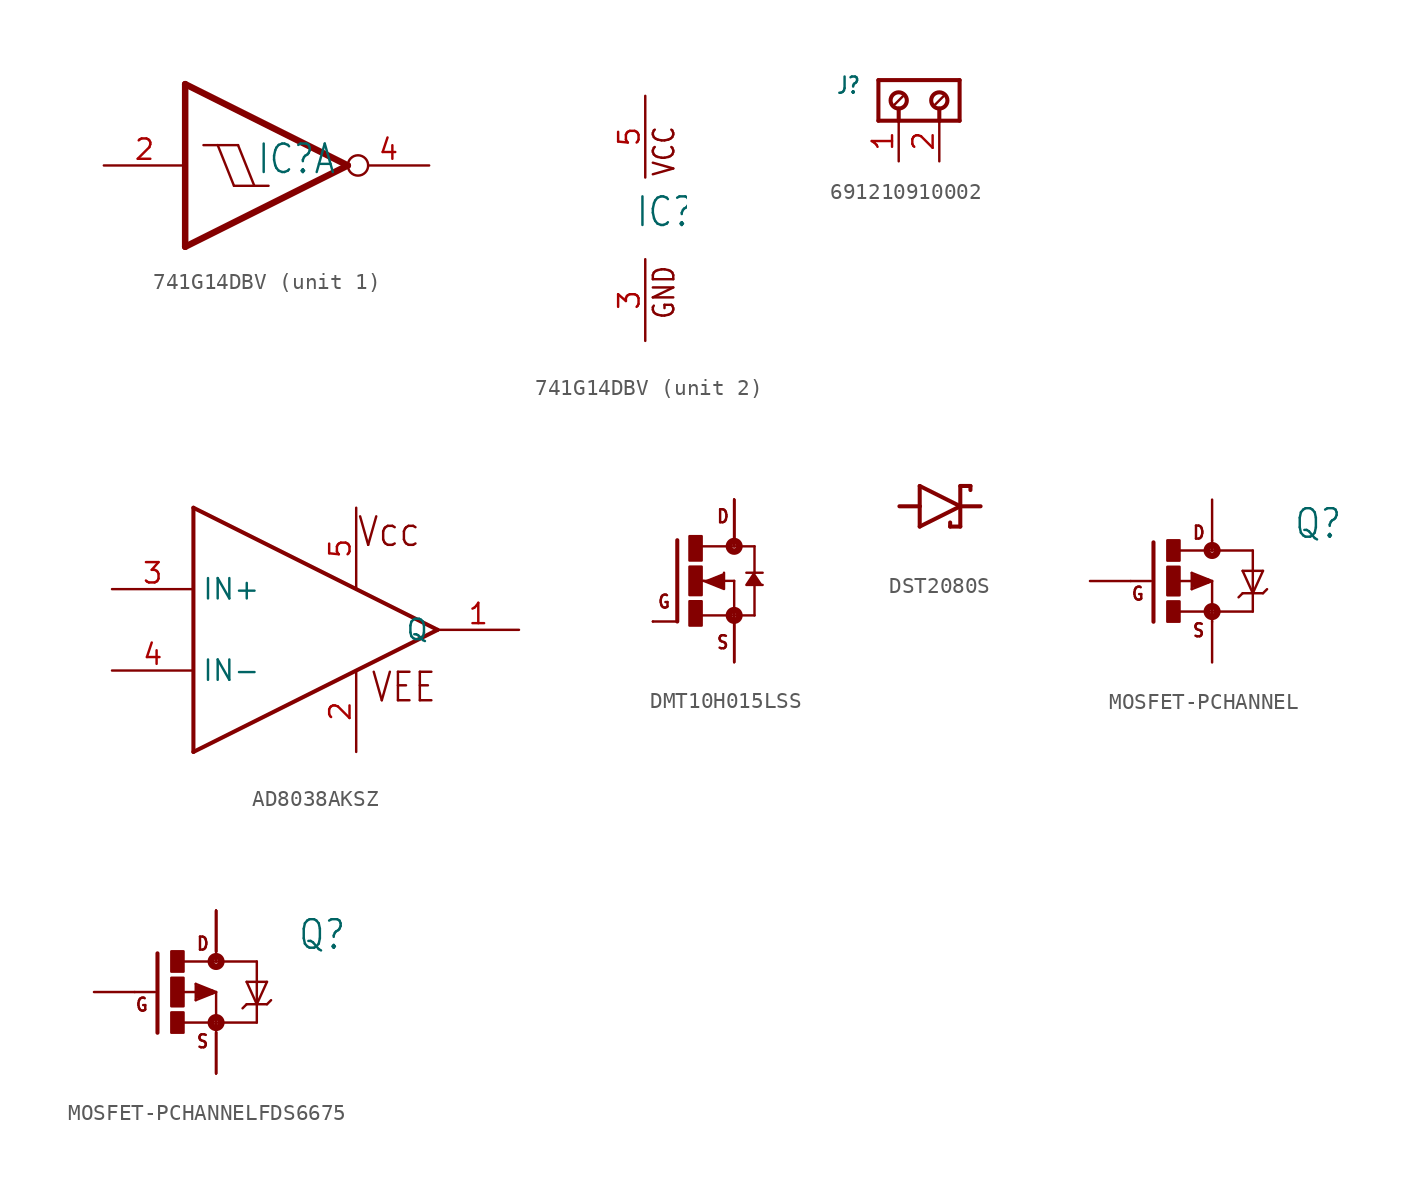
<source format=kicad_sym>
(kicad_symbol_lib
  (version 20231120)
  (generator "kicad_symbol_editor")
  (generator_version "8.0")
  (symbol "741G14DBV"
    (property "Reference" "IC"
      (at -0.635 -0.635 0)
      (effects (font (size 1.778 1.511)) (justify left bottom)))
    (property "ki_locked" ""
      (at 0 0 0)
      (effects (font (size 1.27 1.27))))
    (symbol "741G14DBV_1_0"
      (polyline (pts (xy -5.08 -5.08) (xy -5.08 5.08)) (stroke (width 0.406) (type solid)) (fill (type none)))
      (polyline (pts (xy -5.08 5.08) (xy 5.08 0)) (stroke (width 0.406) (type solid)) (fill (type none)))
      (polyline (pts (xy -3.937 1.27) (xy -3.048 1.27)) (stroke (width 0.152) (type solid)) (fill (type none)))
      (polyline (pts (xy -3.048 1.27) (xy -1.778 1.27)) (stroke (width 0.152) (type solid)) (fill (type none)))
      (polyline (pts (xy -2.032 -1.27) (xy -3.048 1.27)) (stroke (width 0.152) (type solid)) (fill (type none)))
      (polyline (pts (xy -2.032 -1.27) (xy -0.762 -1.27)) (stroke (width 0.152) (type solid)) (fill (type none)))
      (polyline (pts (xy -0.762 -1.27) (xy -1.778 1.27)) (stroke (width 0.152) (type solid)) (fill (type none)))
      (polyline (pts (xy -0.762 -1.27) (xy 0.127 -1.27)) (stroke (width 0.152) (type solid)) (fill (type none)))
      (polyline (pts (xy 5.08 0) (xy -5.08 -5.08)) (stroke (width 0.406) (type solid)) (fill (type none)))
      (pin input line (at -10.16 0 0) (length 5.08) (name "I" (effects (font (size 0 0)))) (number "2" (effects (font (size 1.27 1.27)))))
      (pin output inverted (at 10.16 0 180) (length 5.08) (name "O" (effects (font (size 0 0)))) (number "4" (effects (font (size 1.27 1.27))))))
    (symbol "741G14DBV_2_0"
      (text "GND" (at 1.905 -6.35 900) (effects (font (size 1.27 1.079)) (justify left bottom)))
      (text "VCC" (at 1.905 2.54 900) (effects (font (size 1.27 1.079)) (justify left bottom)))
      (pin power_in line (at 0 -7.62 90) (length 5.08) (name "GND" (effects (font (size 0 0)))) (number "3" (effects (font (size 1.27 1.27)))))
      (pin power_in line (at 0 7.62 270) (length 5.08) (name "VCC" (effects (font (size 0 0)))) (number "5" (effects (font (size 1.27 1.27)))))))
  (symbol "691210910002"
    (property "Reference" "J"
      (at -4.88 -0.922 0)
      (effects (font (size 1.016 0.864)) (justify right bottom)))
    (property "Value" ""
      (at -4.83 -2.58 0)
      (effects (font (size 1.016 0.864)) (justify right bottom)))
    (property "ki_locked" ""
      (at 0 0 0)
      (effects (font (size 1.27 1.27))))
    (symbol "691210910002_1_0"
      (circle (center -2.54 -1.27) (radius 0.508) (stroke (width 0.254) (type solid)) (fill (type none)))
      (circle (center 0 -1.27) (radius 0.508) (stroke (width 0.254) (type solid)) (fill (type none)))
      (polyline (pts (xy -3.81 -2.54) (xy -3.81 0)) (stroke (width 0.254) (type solid)) (fill (type none)))
      (polyline (pts (xy -3.81 0) (xy 1.27 0)) (stroke (width 0.254) (type solid)) (fill (type none)))
      (polyline (pts (xy -2.54 -2.54) (xy -3.81 -2.54)) (stroke (width 0.254) (type solid)) (fill (type none)))
      (polyline (pts (xy -2.54 -1.778) (xy -2.54 -2.54)) (stroke (width 0.254) (type solid)) (fill (type none)))
      (polyline (pts (xy -2.286 -1.016) (xy -2.794 -1.524)) (stroke (width 0.152) (type solid)) (fill (type none)))
      (polyline (pts (xy 0 -2.54) (xy -2.54 -2.54)) (stroke (width 0.254) (type solid)) (fill (type none)))
      (polyline (pts (xy 0 -1.778) (xy 0 -2.54)) (stroke (width 0.254) (type solid)) (fill (type none)))
      (polyline (pts (xy 0.254 -1.016) (xy -0.254 -1.524)) (stroke (width 0.152) (type solid)) (fill (type none)))
      (polyline (pts (xy 1.27 -2.54) (xy 0 -2.54)) (stroke (width 0.254) (type solid)) (fill (type none)))
      (polyline (pts (xy 1.27 0) (xy 1.27 -2.54)) (stroke (width 0.254) (type solid)) (fill (type none)))
      (pin passive line (at -2.54 -5.08 90) (length 2.54) (name "1" (effects (font (size 0 0)))) (number "1" (effects (font (size 1.27 1.27)))))
      (pin passive line (at 0 -5.08 90) (length 2.54) (name "2" (effects (font (size 0 0)))) (number "2" (effects (font (size 1.27 1.27)))))))
  (symbol "AD8038AKSZ"
    (property "Reference" ""
      (at -7.62 10.16 0)
      (effects (font (size 1.778 1.511)) (justify left bottom) (hide yes)))
    (property "ki_locked" ""
      (at 0 0 0)
      (effects (font (size 1.27 1.27))))
    (symbol "AD8038AKSZ_1_0"
      (polyline (pts (xy -7.62 -7.62) (xy 7.62 0)) (stroke (width 0.254) (type solid)) (fill (type none)))
      (polyline (pts (xy -7.62 7.62) (xy -7.62 -7.62)) (stroke (width 0.254) (type solid)) (fill (type none)))
      (polyline (pts (xy 7.62 0) (xy -7.62 7.62)) (stroke (width 0.254) (type solid)) (fill (type none)))
      (text "Vcc" (at 2.54 5.08 0) (effects (font (size 1.778 1.511)) (justify left bottom)))
      (text "VEE" (at 7.62 -2.54 0) (effects (font (size 1.778 1.511)) (justify right top)))
      (pin bidirectional line (at 12.7 0 180) (length 5.08) (name "Q" (effects (font (size 1.27 1.27)))) (number "1" (effects (font (size 1.27 1.27)))))
      (pin bidirectional line (at 2.54 -7.62 90) (length 5.08) (name "VEE" (effects (font (size 0 0)))) (number "2" (effects (font (size 1.27 1.27)))))
      (pin bidirectional line (at -12.7 2.54 0) (length 5.08) (name "IN+" (effects (font (size 1.27 1.27)))) (number "3" (effects (font (size 1.27 1.27)))))
      (pin bidirectional line (at -12.7 -2.54 0) (length 5.08) (name "IN-" (effects (font (size 1.27 1.27)))) (number "4" (effects (font (size 1.27 1.27)))))
      (pin bidirectional line (at 2.54 7.62 270) (length 5.08) (name "VCC" (effects (font (size 0 0)))) (number "5" (effects (font (size 1.27 1.27)))))))
  (symbol "DMT10H015LSS"
    (property "Reference" ""
      (at 6.35 2.54 0)
      (effects (font (size 1.778 1.511)) (justify left bottom) (hide yes)))
    (property "Value" ""
      (at 6.35 0 0)
      (effects (font (size 1.778 1.511)) (justify left bottom)))
    (property "ki_locked" ""
      (at 0 0 0)
      (effects (font (size 1.27 1.27))))
    (symbol "DMT10H015LSS_1_0"
      (rectangle (start -0.254 -2.794) (end 0.508 -1.27) (stroke (width 0) (type default)) (fill (type outline)))
      (rectangle (start -0.254 -0.889) (end 0.508 0.889) (stroke (width 0) (type default)) (fill (type outline)))
      (rectangle (start -0.254 1.27) (end 0.508 2.794) (stroke (width 0) (type default)) (fill (type outline)))
      (polyline (pts (xy -1.016 -2.54) (xy -2.54 -2.54)) (stroke (width 0.152) (type solid)) (fill (type none)))
      (polyline (pts (xy -1.016 2.54) (xy -1.016 -2.54)) (stroke (width 0.254) (type solid)) (fill (type none)))
      (polyline (pts (xy 0.381 0) (xy 2.54 0)) (stroke (width 0.152) (type solid)) (fill (type none)))
      (polyline (pts (xy 0.508 -2.159) (xy 2.54 -2.159)) (stroke (width 0.152) (type solid)) (fill (type none)))
      (polyline (pts (xy 2.54 -2.159) (xy 2.54 -2.54)) (stroke (width 0.152) (type solid)) (fill (type none)))
      (polyline (pts (xy 2.54 0) (xy 2.54 -2.159)) (stroke (width 0.152) (type solid)) (fill (type none)))
      (polyline (pts (xy 2.54 2.159) (xy 0.533 2.159)) (stroke (width 0.152) (type solid)) (fill (type none)))
      (polyline (pts (xy 2.54 2.54) (xy 2.54 2.159)) (stroke (width 0.152) (type solid)) (fill (type none)))
      (polyline (pts (xy 3.302 0.508) (xy 3.81 0.508)) (stroke (width 0.152) (type solid)) (fill (type none)))
      (polyline (pts (xy 3.81 -2.159) (xy 2.54 -2.159)) (stroke (width 0.152) (type solid)) (fill (type none)))
      (polyline (pts (xy 3.81 -2.159) (xy 3.81 -0.127)) (stroke (width 0.152) (type solid)) (fill (type none)))
      (polyline (pts (xy 3.81 0.508) (xy 3.81 2.159)) (stroke (width 0.152) (type solid)) (fill (type none)))
      (polyline (pts (xy 3.81 0.508) (xy 4.318 0.508)) (stroke (width 0.152) (type solid)) (fill (type none)))
      (polyline (pts (xy 3.81 2.159) (xy 2.54 2.159)) (stroke (width 0.152) (type solid)) (fill (type none)))
      (polyline (pts (xy 0.635 0) (xy 1.905 -0.508) (xy 1.905 0.508)) (stroke (width 0.152) (type solid)) (fill (type outline)))
      (polyline (pts (xy 3.81 0.508) (xy 3.302 -0.254) (xy 4.318 -0.254)) (stroke (width 0.152) (type solid)) (fill (type outline)))
      (circle (center 2.54 -2.159) (radius 0.127) (stroke (width 0.406) (type solid)) (fill (type none)))
      (circle (center 2.54 2.159) (radius 0.127) (stroke (width 0.406) (type solid)) (fill (type none)))
      (text "D" (at 1.397 3.556 0) (effects (font (size 0.813 0.691)) (justify left bottom)))
      (text "G" (at -2.286 -1.778 0) (effects (font (size 0.813 0.691)) (justify left bottom)))
      (text "S" (at 1.397 -4.318 0) (effects (font (size 0.813 0.691)) (justify left bottom)))
      (pin passive line (at 2.54 -5.08 90) (length 2.54) (name "S" (effects (font (size 0 0)))) (number "1" (effects (font (size 0 0)))))
      (pin passive line (at 2.54 -5.08 90) (length 2.54) (name "S" (effects (font (size 0 0)))) (number "2" (effects (font (size 0 0)))))
      (pin passive line (at 2.54 -5.08 90) (length 2.54) (name "S" (effects (font (size 0 0)))) (number "3" (effects (font (size 0 0)))))
      (pin passive line (at -2.54 -2.54 0) (length 0) (name "G" (effects (font (size 0 0)))) (number "4" (effects (font (size 0 0)))))
      (pin passive line (at 2.54 5.08 270) (length 2.54) (name "D" (effects (font (size 0 0)))) (number "5" (effects (font (size 0 0)))))
      (pin passive line (at 2.54 5.08 270) (length 2.54) (name "D" (effects (font (size 0 0)))) (number "6" (effects (font (size 0 0)))))
      (pin passive line (at 2.54 5.08 270) (length 2.54) (name "D" (effects (font (size 0 0)))) (number "7" (effects (font (size 0 0)))))
      (pin passive line (at 2.54 5.08 270) (length 2.54) (name "D" (effects (font (size 0 0)))) (number "8" (effects (font (size 0 0)))))))
  (symbol "DST2080S"
    (property "Reference" ""
      (at -2.286 1.905 0)
      (effects (font (size 1.778 1.511)) (justify left bottom) (hide yes)))
    (property "Value" ""
      (at -2.286 -3.429 0)
      (effects (font (size 1.778 1.511)) (justify left bottom)))
    (property "ki_locked" ""
      (at 0 0 0)
      (effects (font (size 1.27 1.27))))
    (symbol "DST2080S_1_0"
      (polyline (pts (xy -1.27 -1.27) (xy 1.27 0)) (stroke (width 0.254) (type solid)) (fill (type none)))
      (polyline (pts (xy -1.27 0) (xy -2.54 0)) (stroke (width 0.254) (type solid)) (fill (type none)))
      (polyline (pts (xy -1.27 0) (xy -1.27 -1.27)) (stroke (width 0.254) (type solid)) (fill (type none)))
      (polyline (pts (xy -1.27 1.27) (xy -1.27 0)) (stroke (width 0.254) (type solid)) (fill (type none)))
      (polyline (pts (xy 0.635 -1.016) (xy 0.635 -1.27)) (stroke (width 0.254) (type solid)) (fill (type none)))
      (polyline (pts (xy 1.27 -1.27) (xy 0.635 -1.27)) (stroke (width 0.254) (type solid)) (fill (type none)))
      (polyline (pts (xy 1.27 0) (xy -1.27 1.27)) (stroke (width 0.254) (type solid)) (fill (type none)))
      (polyline (pts (xy 1.27 0) (xy 1.27 -1.27)) (stroke (width 0.254) (type solid)) (fill (type none)))
      (polyline (pts (xy 1.27 0) (xy 2.54 0)) (stroke (width 0.254) (type solid)) (fill (type none)))
      (polyline (pts (xy 1.27 1.27) (xy 1.27 0)) (stroke (width 0.254) (type solid)) (fill (type none)))
      (polyline (pts (xy 1.905 1.27) (xy 1.27 1.27)) (stroke (width 0.254) (type solid)) (fill (type none)))
      (polyline (pts (xy 1.905 1.27) (xy 1.905 1.016)) (stroke (width 0.254) (type solid)) (fill (type none)))
      (pin passive line (at 2.54 0 180) (length 0) (name "C" (effects (font (size 0 0)))) (number "P$1" (effects (font (size 0 0)))))
      (pin passive line (at -2.54 0 0) (length 0) (name "A" (effects (font (size 0 0)))) (number "P$2" (effects (font (size 0 0)))))
      (pin passive line (at -2.54 0 0) (length 0) (name "A" (effects (font (size 0 0)))) (number "P$3" (effects (font (size 0 0)))))))
  (symbol "MOSFET-PCHANNEL"
    (property "Reference" "Q"
      (at 5.08 2.54 0)
      (effects (font (size 1.778 1.511)) (justify left bottom)))
    (property "Value" ""
      (at 5.08 0 0)
      (effects (font (size 1.778 1.511)) (justify left bottom)))
    (property "ki_locked" ""
      (at 0 0 0)
      (effects (font (size 1.27 1.27))))
    (symbol "MOSFET-PCHANNEL_1_0"
      (rectangle (start -2.794 -2.54) (end -2.032 -1.27) (stroke (width 0) (type default)) (fill (type outline)))
      (rectangle (start -2.794 -0.889) (end -2.032 0.889) (stroke (width 0) (type default)) (fill (type outline)))
      (rectangle (start -2.794 1.27) (end -2.032 2.54) (stroke (width 0) (type default)) (fill (type outline)))
      (circle (center 0 -1.905) (radius 0.127) (stroke (width 0.406) (type solid)) (fill (type none)))
      (polyline (pts (xy -3.81 0) (xy -5.08 0)) (stroke (width 0.152) (type solid)) (fill (type none)))
      (polyline (pts (xy -3.658 2.413) (xy -3.658 -2.54)) (stroke (width 0.254) (type solid)) (fill (type none)))
      (polyline (pts (xy -2.032 -1.905) (xy 0 -1.905)) (stroke (width 0.152) (type solid)) (fill (type none)))
      (polyline (pts (xy -1.27 -0.508) (xy 0 0)) (stroke (width 0.152) (type solid)) (fill (type none)))
      (polyline (pts (xy -1.27 0.508) (xy -1.27 -0.508)) (stroke (width 0.152) (type solid)) (fill (type none)))
      (polyline (pts (xy -1.143 -0.254) (xy -0.254 0)) (stroke (width 0.305) (type solid)) (fill (type none)))
      (polyline (pts (xy -1.143 0) (xy -2.032 0)) (stroke (width 0.152) (type solid)) (fill (type none)))
      (polyline (pts (xy -1.143 0) (xy -0.889 0)) (stroke (width 0.305) (type solid)) (fill (type none)))
      (polyline (pts (xy -1.143 0.254) (xy -1.143 0)) (stroke (width 0.305) (type solid)) (fill (type none)))
      (polyline (pts (xy -0.254 0) (xy -1.143 0.254)) (stroke (width 0.305) (type solid)) (fill (type none)))
      (polyline (pts (xy 0 -1.905) (xy 0 -2.54)) (stroke (width 0.152) (type solid)) (fill (type none)))
      (polyline (pts (xy 0 0) (xy -1.27 0.508)) (stroke (width 0.152) (type solid)) (fill (type none)))
      (polyline (pts (xy 0 0) (xy 0 -1.905)) (stroke (width 0.152) (type solid)) (fill (type none)))
      (polyline (pts (xy 0 1.905) (xy -2.007 1.905)) (stroke (width 0.152) (type solid)) (fill (type none)))
      (polyline (pts (xy 0 1.905) (xy 2.54 1.905)) (stroke (width 0.152) (type solid)) (fill (type none)))
      (polyline (pts (xy 0 2.54) (xy 0 1.905)) (stroke (width 0.152) (type solid)) (fill (type none)))
      (polyline (pts (xy 1.905 -0.762) (xy 1.651 -1.016)) (stroke (width 0.152) (type solid)) (fill (type none)))
      (polyline (pts (xy 1.905 0.635) (xy 2.54 -0.762)) (stroke (width 0.152) (type solid)) (fill (type none)))
      (polyline (pts (xy 2.54 -1.905) (xy 0 -1.905)) (stroke (width 0.152) (type solid)) (fill (type none)))
      (polyline (pts (xy 2.54 -1.905) (xy 2.54 -0.762)) (stroke (width 0.152) (type solid)) (fill (type none)))
      (polyline (pts (xy 2.54 -0.762) (xy 1.905 -0.762)) (stroke (width 0.152) (type solid)) (fill (type none)))
      (polyline (pts (xy 2.54 -0.762) (xy 2.54 1.905)) (stroke (width 0.152) (type solid)) (fill (type none)))
      (polyline (pts (xy 2.54 -0.762) (xy 3.175 0.635)) (stroke (width 0.152) (type solid)) (fill (type none)))
      (polyline (pts (xy 3.175 -0.762) (xy 2.54 -0.762)) (stroke (width 0.152) (type solid)) (fill (type none)))
      (polyline (pts (xy 3.175 -0.762) (xy 3.429 -0.508)) (stroke (width 0.152) (type solid)) (fill (type none)))
      (polyline (pts (xy 3.175 0.635) (xy 1.905 0.635)) (stroke (width 0.152) (type solid)) (fill (type none)))
      (circle (center 0 1.905) (radius 0.127) (stroke (width 0.406) (type solid)) (fill (type none)))
      (text "D" (at -1.27 2.54 0) (effects (font (size 0.813 0.691)) (justify left bottom)))
      (text "G" (at -5.08 -1.27 0) (effects (font (size 0.813 0.691)) (justify left bottom)))
      (text "S" (at -1.27 -3.556 0) (effects (font (size 0.813 0.691)) (justify left bottom)))
      (pin passive line (at -7.62 0 0) (length 2.54) (name "G" (effects (font (size 0 0)))) (number "1" (effects (font (size 0 0)))))
      (pin passive line (at 0 -5.08 90) (length 2.54) (name "S" (effects (font (size 0 0)))) (number "2" (effects (font (size 0 0)))))
      (pin passive line (at 0 5.08 270) (length 2.54) (name "D" (effects (font (size 0 0)))) (number "3" (effects (font (size 0 0)))))))
  (symbol "MOSFET-PCHANNELFDS6675"
    (property "Reference" "Q"
      (at 5.08 2.54 0)
      (effects (font (size 1.778 1.511)) (justify left bottom)))
    (property "Value" ""
      (at 5.08 0 0)
      (effects (font (size 1.778 1.511)) (justify left bottom)))
    (property "ki_locked" ""
      (at 0 0 0)
      (effects (font (size 1.27 1.27))))
    (symbol "MOSFET-PCHANNELFDS6675_1_0"
      (rectangle (start -2.794 -2.54) (end -2.032 -1.27) (stroke (width 0) (type default)) (fill (type outline)))
      (rectangle (start -2.794 -0.889) (end -2.032 0.889) (stroke (width 0) (type default)) (fill (type outline)))
      (rectangle (start -2.794 1.27) (end -2.032 2.54) (stroke (width 0) (type default)) (fill (type outline)))
      (circle (center 0 -1.905) (radius 0.127) (stroke (width 0.406) (type solid)) (fill (type none)))
      (polyline (pts (xy -3.81 0) (xy -5.08 0)) (stroke (width 0.152) (type solid)) (fill (type none)))
      (polyline (pts (xy -3.658 2.413) (xy -3.658 -2.54)) (stroke (width 0.254) (type solid)) (fill (type none)))
      (polyline (pts (xy -2.032 -1.905) (xy 0 -1.905)) (stroke (width 0.152) (type solid)) (fill (type none)))
      (polyline (pts (xy -1.27 -0.508) (xy 0 0)) (stroke (width 0.152) (type solid)) (fill (type none)))
      (polyline (pts (xy -1.27 0.508) (xy -1.27 -0.508)) (stroke (width 0.152) (type solid)) (fill (type none)))
      (polyline (pts (xy -1.143 -0.254) (xy -0.254 0)) (stroke (width 0.305) (type solid)) (fill (type none)))
      (polyline (pts (xy -1.143 0) (xy -2.032 0)) (stroke (width 0.152) (type solid)) (fill (type none)))
      (polyline (pts (xy -1.143 0) (xy -0.889 0)) (stroke (width 0.305) (type solid)) (fill (type none)))
      (polyline (pts (xy -1.143 0.254) (xy -1.143 0)) (stroke (width 0.305) (type solid)) (fill (type none)))
      (polyline (pts (xy -0.254 0) (xy -1.143 0.254)) (stroke (width 0.305) (type solid)) (fill (type none)))
      (polyline (pts (xy 0 -1.905) (xy 0 -2.54)) (stroke (width 0.152) (type solid)) (fill (type none)))
      (polyline (pts (xy 0 0) (xy -1.27 0.508)) (stroke (width 0.152) (type solid)) (fill (type none)))
      (polyline (pts (xy 0 0) (xy 0 -1.905)) (stroke (width 0.152) (type solid)) (fill (type none)))
      (polyline (pts (xy 0 1.905) (xy -2.007 1.905)) (stroke (width 0.152) (type solid)) (fill (type none)))
      (polyline (pts (xy 0 1.905) (xy 2.54 1.905)) (stroke (width 0.152) (type solid)) (fill (type none)))
      (polyline (pts (xy 0 2.54) (xy 0 1.905)) (stroke (width 0.152) (type solid)) (fill (type none)))
      (polyline (pts (xy 1.905 -0.762) (xy 1.651 -1.016)) (stroke (width 0.152) (type solid)) (fill (type none)))
      (polyline (pts (xy 1.905 0.635) (xy 2.54 -0.762)) (stroke (width 0.152) (type solid)) (fill (type none)))
      (polyline (pts (xy 2.54 -1.905) (xy 0 -1.905)) (stroke (width 0.152) (type solid)) (fill (type none)))
      (polyline (pts (xy 2.54 -1.905) (xy 2.54 -0.762)) (stroke (width 0.152) (type solid)) (fill (type none)))
      (polyline (pts (xy 2.54 -0.762) (xy 1.905 -0.762)) (stroke (width 0.152) (type solid)) (fill (type none)))
      (polyline (pts (xy 2.54 -0.762) (xy 2.54 1.905)) (stroke (width 0.152) (type solid)) (fill (type none)))
      (polyline (pts (xy 2.54 -0.762) (xy 3.175 0.635)) (stroke (width 0.152) (type solid)) (fill (type none)))
      (polyline (pts (xy 3.175 -0.762) (xy 2.54 -0.762)) (stroke (width 0.152) (type solid)) (fill (type none)))
      (polyline (pts (xy 3.175 -0.762) (xy 3.429 -0.508)) (stroke (width 0.152) (type solid)) (fill (type none)))
      (polyline (pts (xy 3.175 0.635) (xy 1.905 0.635)) (stroke (width 0.152) (type solid)) (fill (type none)))
      (circle (center 0 1.905) (radius 0.127) (stroke (width 0.406) (type solid)) (fill (type none)))
      (text "D" (at -1.27 2.54 0) (effects (font (size 0.813 0.691)) (justify left bottom)))
      (text "G" (at -5.08 -1.27 0) (effects (font (size 0.813 0.691)) (justify left bottom)))
      (text "S" (at -1.27 -3.556 0) (effects (font (size 0.813 0.691)) (justify left bottom)))
      (pin passive line (at 0 -5.08 90) (length 2.54) (name "S" (effects (font (size 0 0)))) (number "1" (effects (font (size 0 0)))))
      (pin passive line (at 0 -5.08 90) (length 2.54) (name "S" (effects (font (size 0 0)))) (number "2" (effects (font (size 0 0)))))
      (pin passive line (at 0 -5.08 90) (length 2.54) (name "S" (effects (font (size 0 0)))) (number "3" (effects (font (size 0 0)))))
      (pin passive line (at -7.62 0 0) (length 2.54) (name "G" (effects (font (size 0 0)))) (number "4" (effects (font (size 0 0)))))
      (pin passive line (at 0 5.08 270) (length 2.54) (name "D" (effects (font (size 0 0)))) (number "5" (effects (font (size 0 0)))))
      (pin passive line (at 0 5.08 270) (length 2.54) (name "D" (effects (font (size 0 0)))) (number "6" (effects (font (size 0 0)))))
      (pin passive line (at 0 5.08 270) (length 2.54) (name "D" (effects (font (size 0 0)))) (number "7" (effects (font (size 0 0)))))
      (pin passive line (at 0 5.08 270) (length 2.54) (name "D" (effects (font (size 0 0)))) (number "8" (effects (font (size 0 0))))))))
</source>
